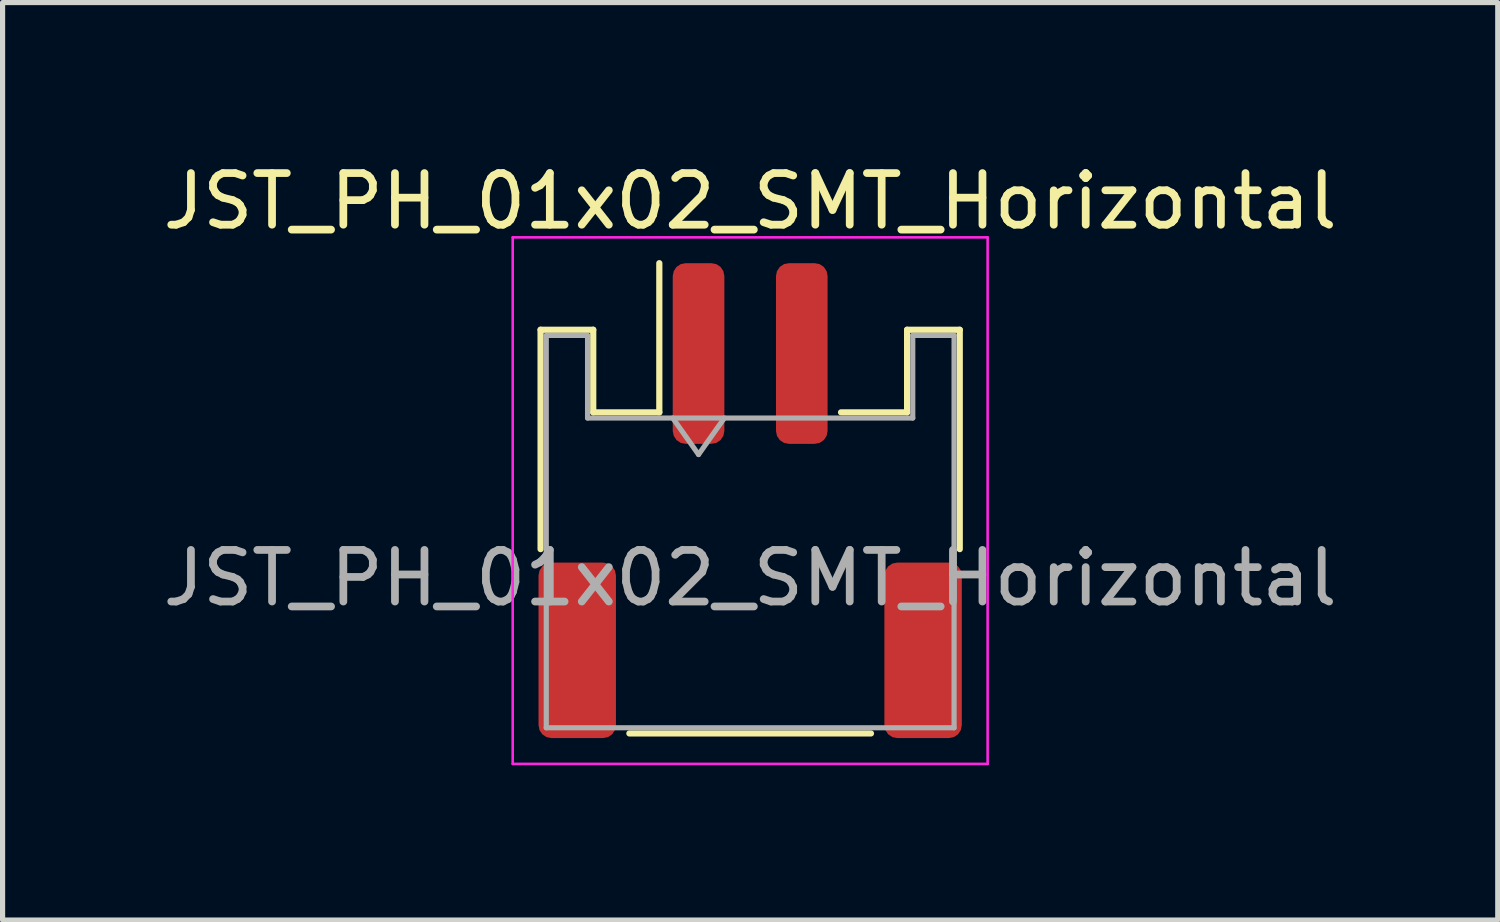
<source format=kicad_pcb>
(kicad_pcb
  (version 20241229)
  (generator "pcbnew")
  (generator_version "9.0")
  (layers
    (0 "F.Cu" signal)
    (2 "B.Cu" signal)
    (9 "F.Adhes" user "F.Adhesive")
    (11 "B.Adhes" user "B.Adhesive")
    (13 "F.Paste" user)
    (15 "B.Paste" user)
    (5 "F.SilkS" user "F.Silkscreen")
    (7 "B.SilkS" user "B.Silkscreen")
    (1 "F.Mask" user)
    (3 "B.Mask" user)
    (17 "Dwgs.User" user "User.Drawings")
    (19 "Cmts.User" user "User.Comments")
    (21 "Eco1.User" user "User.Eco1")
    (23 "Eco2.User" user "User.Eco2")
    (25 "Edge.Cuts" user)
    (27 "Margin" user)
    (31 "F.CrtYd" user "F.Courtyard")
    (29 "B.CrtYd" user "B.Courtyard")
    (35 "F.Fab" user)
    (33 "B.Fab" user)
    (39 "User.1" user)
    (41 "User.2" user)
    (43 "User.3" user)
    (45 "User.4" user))
  (footprint "JST_PH_01x02_SMT_Horizontal"
    (layer "F.Cu")
    (at 11.482 6.648)
    (property "Reference" "JST_PH_01x02_SMT_Horizontal" (at 0 -5.8 0) (layer "F.SilkS") (effects (font (size 1 1) (thickness 0.15))))
    (attr smd)
    (fp_line (start -4.06 -3.31) (end -3.04 -3.31) (stroke (width 0.12) (type solid)) (layer "F.SilkS"))
    (fp_line (start -4.06 0.94) (end -4.06 -3.31) (stroke (width 0.12) (type solid)) (layer "F.SilkS"))
    (fp_line (start -3.04 -3.31) (end -3.04 -1.71) (stroke (width 0.12) (type solid)) (layer "F.SilkS"))
    (fp_line (start -3.04 -1.71) (end -1.76 -1.71) (stroke (width 0.12) (type solid)) (layer "F.SilkS"))
    (fp_line (start -2.34 4.51) (end 2.34 4.51) (stroke (width 0.12) (type solid)) (layer "F.SilkS"))
    (fp_line (start -1.76 -1.71) (end -1.76 -4.6) (stroke (width 0.12) (type solid)) (layer "F.SilkS"))
    (fp_line (start 3.04 -3.31) (end 3.04 -1.71) (stroke (width 0.12) (type solid)) (layer "F.SilkS"))
    (fp_line (start 3.04 -1.71) (end 1.76 -1.71) (stroke (width 0.12) (type solid)) (layer "F.SilkS"))
    (fp_line (start 4.06 -3.31) (end 3.04 -3.31) (stroke (width 0.12) (type solid)) (layer "F.SilkS"))
    (fp_line (start 4.06 0.94) (end 4.06 -3.31) (stroke (width 0.12) (type solid)) (layer "F.SilkS"))
    (fp_line (start -4.6 -5.1) (end -4.6 5.1) (stroke (width 0.05) (type solid)) (layer "F.CrtYd"))
    (fp_line (start -4.6 5.1) (end 4.6 5.1) (stroke (width 0.05) (type solid)) (layer "F.CrtYd"))
    (fp_line (start 4.6 -5.1) (end -4.6 -5.1) (stroke (width 0.05) (type solid)) (layer "F.CrtYd"))
    (fp_line (start 4.6 5.1) (end 4.6 -5.1) (stroke (width 0.05) (type solid)) (layer "F.CrtYd"))
    (fp_line (start -3.95 -3.2) (end -3.95 4.4) (stroke (width 0.1) (type solid)) (layer "F.Fab"))
    (fp_line (start -3.95 -3.2) (end -3.15 -3.2) (stroke (width 0.1) (type solid)) (layer "F.Fab"))
    (fp_line (start -3.95 4.4) (end 3.95 4.4) (stroke (width 0.1) (type solid)) (layer "F.Fab"))
    (fp_line (start -3.15 -3.2) (end -3.15 -1.6) (stroke (width 0.1) (type solid)) (layer "F.Fab"))
    (fp_line (start -3.15 -1.6) (end 3.15 -1.6) (stroke (width 0.1) (type solid)) (layer "F.Fab"))
    (fp_line (start -1.5 -1.6) (end -1 -0.893) (stroke (width 0.1) (type solid)) (layer "F.Fab"))
    (fp_line (start -1 -0.893) (end -0.5 -1.6) (stroke (width 0.1) (type solid)) (layer "F.Fab"))
    (fp_line (start 3.15 -3.2) (end 3.95 -3.2) (stroke (width 0.1) (type solid)) (layer "F.Fab"))
    (fp_line (start 3.15 -1.6) (end 3.15 -3.2) (stroke (width 0.1) (type solid)) (layer "F.Fab"))
    (fp_line (start 3.95 -3.2) (end 3.95 4.4) (stroke (width 0.1) (type solid)) (layer "F.Fab"))
    (fp_text user "${REFERENCE}" (at 0 1.5 0) (layer "F.Fab") (effects (font (size 1 1) (thickness 0.15))))
    (pad "1" smd roundrect (at -1 -2.85) (size 1 3.5) (layers "F.Cu" "F.Mask" "F.Paste") (roundrect_rratio 0.25))
    (pad "2" smd roundrect (at 1 -2.85) (size 1 3.5) (layers "F.Cu" "F.Mask" "F.Paste") (roundrect_rratio 0.25))
    (pad "MP" smd roundrect (at -3.35 2.9) (size 1.5 3.4) (layers "F.Cu" "F.Mask" "F.Paste") (roundrect_rratio 0.167))
    (pad "MP" smd roundrect (at 3.35 2.9) (size 1.5 3.4) (layers "F.Cu" "F.Mask" "F.Paste") (roundrect_rratio 0.167)))
  (gr_rect
    (start -3 -3)
    (end 25.964 14.773)
    (stroke (width 0.1) (type default))
    (fill no)
    (layer "Edge.Cuts")))
</source>
